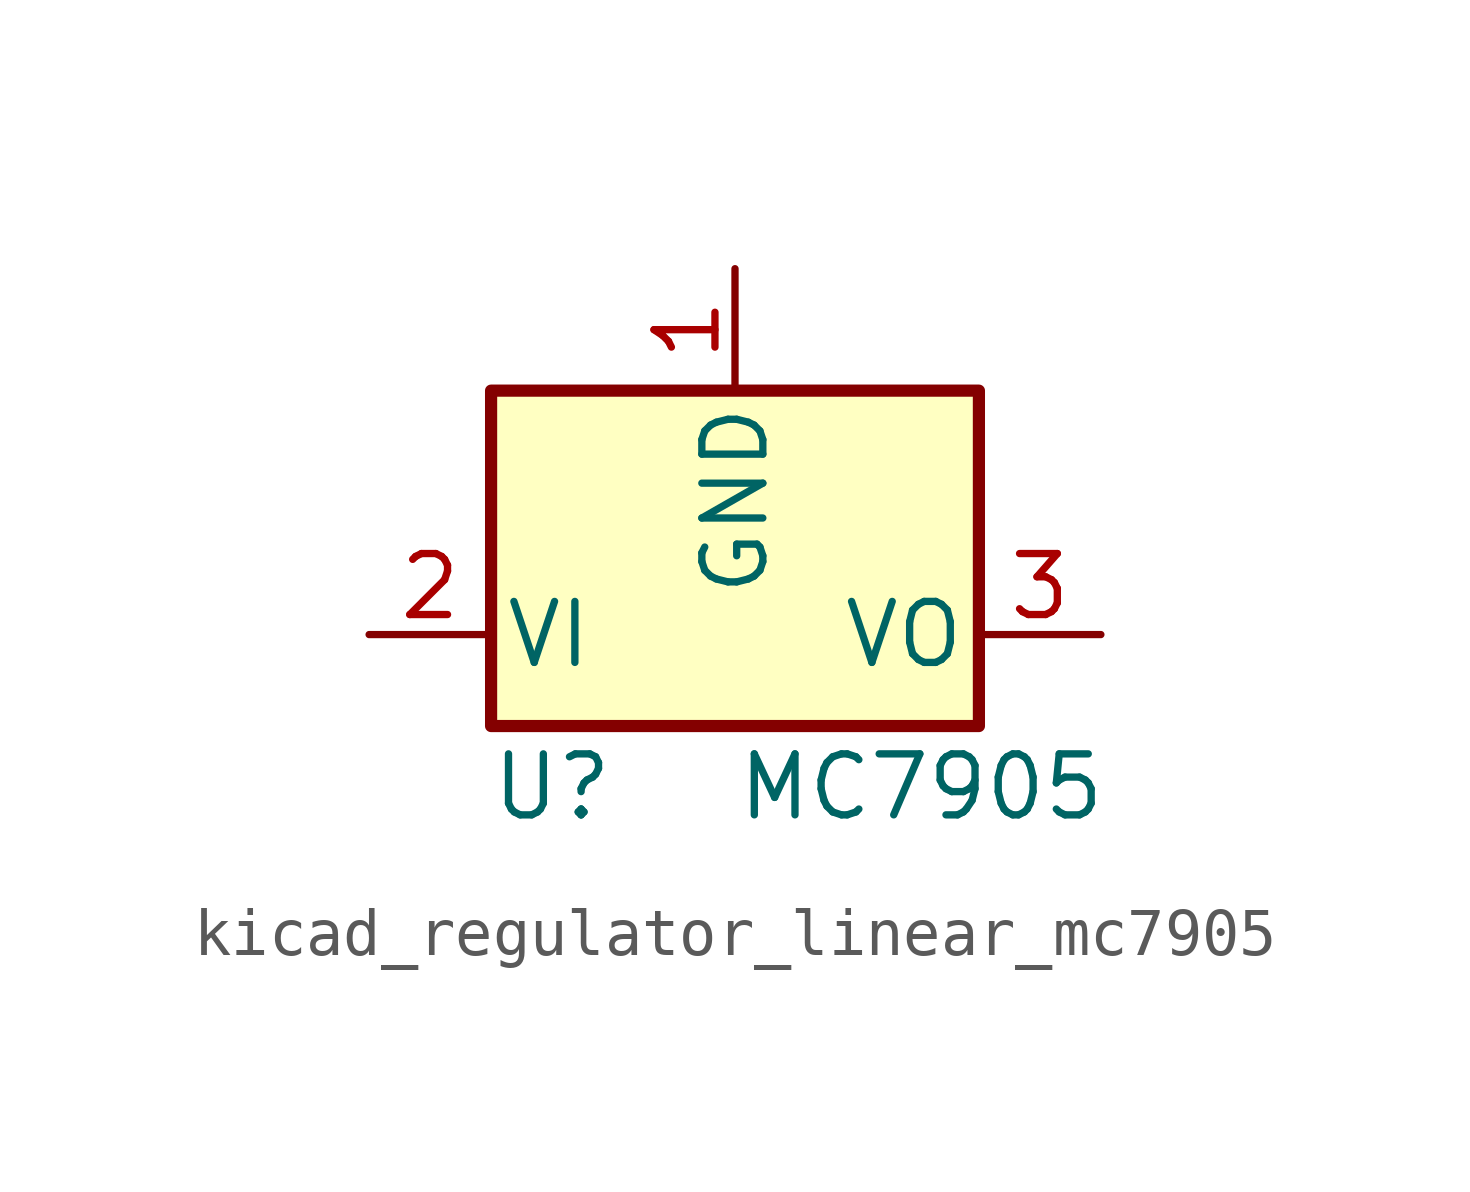
<source format=kicad_sym>
(kicad_symbol_lib
  (version 20220914)
  (generator kicad_symbol_editor)
  (symbol "kicad_regulator_linear_mc7905"
    (pin_names
      (offset 0.254))
    (property "Reference" "U"
      (at -3.81 -3.175 0)
      (effects (font (size 1.27 1.27))))
    (property "Value" "MC7905"
      (at 0 -3.175 0)
      (effects (font (size 1.27 1.27)) (justify left)))
    (symbol "kicad_regulator_linear_mc7905_0_1"
      (rectangle (start -5.08 5.08) (end 5.08 -1.905) (stroke (width 0.254) (type default)) (fill (type background))))
    (symbol "kicad_regulator_linear_mc7905_1_1"
      (pin power_in line (at 0 7.62 270) (length 2.54) (name "GND" (effects (font (size 1.27 1.27)))) (number "1" (effects (font (size 1.27 1.27)))))
      (pin power_in line (at -7.62 0 0) (length 2.54) (name "VI" (effects (font (size 1.27 1.27)))) (number "2" (effects (font (size 1.27 1.27)))))
      (pin power_out line (at 7.62 0 180) (length 2.54) (name "VO" (effects (font (size 1.27 1.27)))) (number "3" (effects (font (size 1.27 1.27))))))))
</source>
